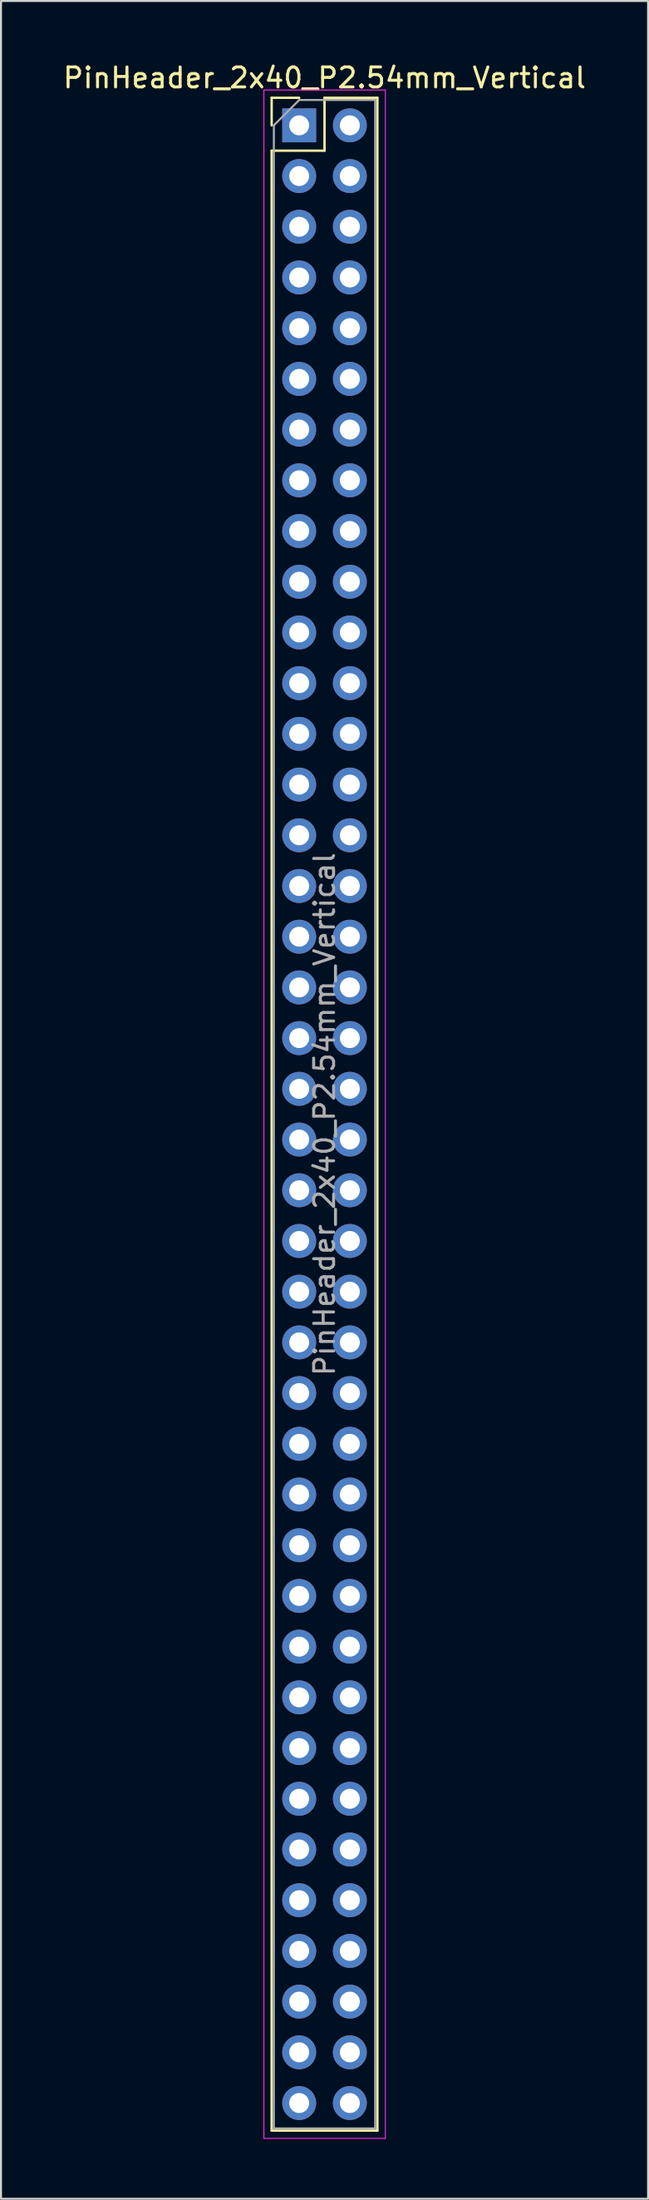
<source format=kicad_pcb>
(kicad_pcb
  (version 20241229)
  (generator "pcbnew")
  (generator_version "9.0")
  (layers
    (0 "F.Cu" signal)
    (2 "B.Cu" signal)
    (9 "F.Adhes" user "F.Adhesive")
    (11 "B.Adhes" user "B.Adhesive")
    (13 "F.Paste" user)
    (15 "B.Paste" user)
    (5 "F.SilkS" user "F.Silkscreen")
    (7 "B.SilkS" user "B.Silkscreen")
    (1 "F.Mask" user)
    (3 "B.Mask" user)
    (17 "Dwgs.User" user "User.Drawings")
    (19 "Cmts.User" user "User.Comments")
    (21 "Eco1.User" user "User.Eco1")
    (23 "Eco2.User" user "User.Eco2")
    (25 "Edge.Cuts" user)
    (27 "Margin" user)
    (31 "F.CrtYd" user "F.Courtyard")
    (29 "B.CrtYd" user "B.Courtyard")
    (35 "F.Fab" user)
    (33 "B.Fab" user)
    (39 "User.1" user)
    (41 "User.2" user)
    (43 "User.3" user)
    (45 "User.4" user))
  (footprint "PinHeader_2x40_P2.54mm_Vertical"
    (layer "F.Cu")
    (at 11.95 3.228)
    (property "Reference" "PinHeader_2x40_P2.54mm_Vertical" (at 1.27 -2.38 0) (layer "F.SilkS") (effects (font (size 1 1) (thickness 0.15))))
    (attr through_hole)
    (fp_line (start -1.38 -1.38) (end 0 -1.38) (stroke (width 0.12) (type solid)) (layer "F.SilkS"))
    (fp_line (start -1.38 0) (end -1.38 -1.38) (stroke (width 0.12) (type solid)) (layer "F.SilkS"))
    (fp_line (start -1.38 1.27) (end -1.38 100.44) (stroke (width 0.12) (type solid)) (layer "F.SilkS"))
    (fp_line (start -1.38 1.27) (end 1.27 1.27) (stroke (width 0.12) (type solid)) (layer "F.SilkS"))
    (fp_line (start -1.38 100.44) (end 3.92 100.44) (stroke (width 0.12) (type solid)) (layer "F.SilkS"))
    (fp_line (start 1.27 -1.38) (end 3.92 -1.38) (stroke (width 0.12) (type solid)) (layer "F.SilkS"))
    (fp_line (start 1.27 1.27) (end 1.27 -1.38) (stroke (width 0.12) (type solid)) (layer "F.SilkS"))
    (fp_line (start 3.92 -1.38) (end 3.92 100.44) (stroke (width 0.12) (type solid)) (layer "F.SilkS"))
    (fp_line (start -1.77 -1.77) (end -1.77 100.83) (stroke (width 0.05) (type solid)) (layer "F.CrtYd"))
    (fp_line (start -1.77 100.83) (end 4.32 100.83) (stroke (width 0.05) (type solid)) (layer "F.CrtYd"))
    (fp_line (start 4.32 -1.77) (end -1.77 -1.77) (stroke (width 0.05) (type solid)) (layer "F.CrtYd"))
    (fp_line (start 4.32 100.83) (end 4.32 -1.77) (stroke (width 0.05) (type solid)) (layer "F.CrtYd"))
    (fp_line (start -1.27 0) (end 0 -1.27) (stroke (width 0.1) (type solid)) (layer "F.Fab"))
    (fp_line (start -1.27 100.33) (end -1.27 0) (stroke (width 0.1) (type solid)) (layer "F.Fab"))
    (fp_line (start 0 -1.27) (end 3.81 -1.27) (stroke (width 0.1) (type solid)) (layer "F.Fab"))
    (fp_line (start 3.81 -1.27) (end 3.81 100.33) (stroke (width 0.1) (type solid)) (layer "F.Fab"))
    (fp_line (start 3.81 100.33) (end -1.27 100.33) (stroke (width 0.1) (type solid)) (layer "F.Fab"))
    (fp_text user "${REFERENCE}" (at 1.27 49.53 90) (layer "F.Fab") (effects (font (size 1 1) (thickness 0.15))))
    (pad "1" thru_hole rect (at 0 0) (size 1.7 1.7) (drill 1) (layers "*.Cu" "*.Mask"))
    (pad "2" thru_hole circle (at 2.54 0) (size 1.7 1.7) (drill 1) (layers "*.Cu" "*.Mask"))
    (pad "3" thru_hole circle (at 0 2.54) (size 1.7 1.7) (drill 1) (layers "*.Cu" "*.Mask"))
    (pad "4" thru_hole circle (at 2.54 2.54) (size 1.7 1.7) (drill 1) (layers "*.Cu" "*.Mask"))
    (pad "5" thru_hole circle (at 0 5.08) (size 1.7 1.7) (drill 1) (layers "*.Cu" "*.Mask"))
    (pad "6" thru_hole circle (at 2.54 5.08) (size 1.7 1.7) (drill 1) (layers "*.Cu" "*.Mask"))
    (pad "7" thru_hole circle (at 0 7.62) (size 1.7 1.7) (drill 1) (layers "*.Cu" "*.Mask"))
    (pad "8" thru_hole circle (at 2.54 7.62) (size 1.7 1.7) (drill 1) (layers "*.Cu" "*.Mask"))
    (pad "9" thru_hole circle (at 0 10.16) (size 1.7 1.7) (drill 1) (layers "*.Cu" "*.Mask"))
    (pad "10" thru_hole circle (at 2.54 10.16) (size 1.7 1.7) (drill 1) (layers "*.Cu" "*.Mask"))
    (pad "11" thru_hole circle (at 0 12.7) (size 1.7 1.7) (drill 1) (layers "*.Cu" "*.Mask"))
    (pad "12" thru_hole circle (at 2.54 12.7) (size 1.7 1.7) (drill 1) (layers "*.Cu" "*.Mask"))
    (pad "13" thru_hole circle (at 0 15.24) (size 1.7 1.7) (drill 1) (layers "*.Cu" "*.Mask"))
    (pad "14" thru_hole circle (at 2.54 15.24) (size 1.7 1.7) (drill 1) (layers "*.Cu" "*.Mask"))
    (pad "15" thru_hole circle (at 0 17.78) (size 1.7 1.7) (drill 1) (layers "*.Cu" "*.Mask"))
    (pad "16" thru_hole circle (at 2.54 17.78) (size 1.7 1.7) (drill 1) (layers "*.Cu" "*.Mask"))
    (pad "17" thru_hole circle (at 0 20.32) (size 1.7 1.7) (drill 1) (layers "*.Cu" "*.Mask"))
    (pad "18" thru_hole circle (at 2.54 20.32) (size 1.7 1.7) (drill 1) (layers "*.Cu" "*.Mask"))
    (pad "19" thru_hole circle (at 0 22.86) (size 1.7 1.7) (drill 1) (layers "*.Cu" "*.Mask"))
    (pad "20" thru_hole circle (at 2.54 22.86) (size 1.7 1.7) (drill 1) (layers "*.Cu" "*.Mask"))
    (pad "21" thru_hole circle (at 0 25.4) (size 1.7 1.7) (drill 1) (layers "*.Cu" "*.Mask"))
    (pad "22" thru_hole circle (at 2.54 25.4) (size 1.7 1.7) (drill 1) (layers "*.Cu" "*.Mask"))
    (pad "23" thru_hole circle (at 0 27.94) (size 1.7 1.7) (drill 1) (layers "*.Cu" "*.Mask"))
    (pad "24" thru_hole circle (at 2.54 27.94) (size 1.7 1.7) (drill 1) (layers "*.Cu" "*.Mask"))
    (pad "25" thru_hole circle (at 0 30.48) (size 1.7 1.7) (drill 1) (layers "*.Cu" "*.Mask"))
    (pad "26" thru_hole circle (at 2.54 30.48) (size 1.7 1.7) (drill 1) (layers "*.Cu" "*.Mask"))
    (pad "27" thru_hole circle (at 0 33.02) (size 1.7 1.7) (drill 1) (layers "*.Cu" "*.Mask"))
    (pad "28" thru_hole circle (at 2.54 33.02) (size 1.7 1.7) (drill 1) (layers "*.Cu" "*.Mask"))
    (pad "29" thru_hole circle (at 0 35.56) (size 1.7 1.7) (drill 1) (layers "*.Cu" "*.Mask"))
    (pad "30" thru_hole circle (at 2.54 35.56) (size 1.7 1.7) (drill 1) (layers "*.Cu" "*.Mask"))
    (pad "31" thru_hole circle (at 0 38.1) (size 1.7 1.7) (drill 1) (layers "*.Cu" "*.Mask"))
    (pad "32" thru_hole circle (at 2.54 38.1) (size 1.7 1.7) (drill 1) (layers "*.Cu" "*.Mask"))
    (pad "33" thru_hole circle (at 0 40.64) (size 1.7 1.7) (drill 1) (layers "*.Cu" "*.Mask"))
    (pad "34" thru_hole circle (at 2.54 40.64) (size 1.7 1.7) (drill 1) (layers "*.Cu" "*.Mask"))
    (pad "35" thru_hole circle (at 0 43.18) (size 1.7 1.7) (drill 1) (layers "*.Cu" "*.Mask"))
    (pad "36" thru_hole circle (at 2.54 43.18) (size 1.7 1.7) (drill 1) (layers "*.Cu" "*.Mask"))
    (pad "37" thru_hole circle (at 0 45.72) (size 1.7 1.7) (drill 1) (layers "*.Cu" "*.Mask"))
    (pad "38" thru_hole circle (at 2.54 45.72) (size 1.7 1.7) (drill 1) (layers "*.Cu" "*.Mask"))
    (pad "39" thru_hole circle (at 0 48.26) (size 1.7 1.7) (drill 1) (layers "*.Cu" "*.Mask"))
    (pad "40" thru_hole circle (at 2.54 48.26) (size 1.7 1.7) (drill 1) (layers "*.Cu" "*.Mask"))
    (pad "41" thru_hole circle (at 0 50.8) (size 1.7 1.7) (drill 1) (layers "*.Cu" "*.Mask"))
    (pad "42" thru_hole circle (at 2.54 50.8) (size 1.7 1.7) (drill 1) (layers "*.Cu" "*.Mask"))
    (pad "43" thru_hole circle (at 0 53.34) (size 1.7 1.7) (drill 1) (layers "*.Cu" "*.Mask"))
    (pad "44" thru_hole circle (at 2.54 53.34) (size 1.7 1.7) (drill 1) (layers "*.Cu" "*.Mask"))
    (pad "45" thru_hole circle (at 0 55.88) (size 1.7 1.7) (drill 1) (layers "*.Cu" "*.Mask"))
    (pad "46" thru_hole circle (at 2.54 55.88) (size 1.7 1.7) (drill 1) (layers "*.Cu" "*.Mask"))
    (pad "47" thru_hole circle (at 0 58.42) (size 1.7 1.7) (drill 1) (layers "*.Cu" "*.Mask"))
    (pad "48" thru_hole circle (at 2.54 58.42) (size 1.7 1.7) (drill 1) (layers "*.Cu" "*.Mask"))
    (pad "49" thru_hole circle (at 0 60.96) (size 1.7 1.7) (drill 1) (layers "*.Cu" "*.Mask"))
    (pad "50" thru_hole circle (at 2.54 60.96) (size 1.7 1.7) (drill 1) (layers "*.Cu" "*.Mask"))
    (pad "51" thru_hole circle (at 0 63.5) (size 1.7 1.7) (drill 1) (layers "*.Cu" "*.Mask"))
    (pad "52" thru_hole circle (at 2.54 63.5) (size 1.7 1.7) (drill 1) (layers "*.Cu" "*.Mask"))
    (pad "53" thru_hole circle (at 0 66.04) (size 1.7 1.7) (drill 1) (layers "*.Cu" "*.Mask"))
    (pad "54" thru_hole circle (at 2.54 66.04) (size 1.7 1.7) (drill 1) (layers "*.Cu" "*.Mask"))
    (pad "55" thru_hole circle (at 0 68.58) (size 1.7 1.7) (drill 1) (layers "*.Cu" "*.Mask"))
    (pad "56" thru_hole circle (at 2.54 68.58) (size 1.7 1.7) (drill 1) (layers "*.Cu" "*.Mask"))
    (pad "57" thru_hole circle (at 0 71.12) (size 1.7 1.7) (drill 1) (layers "*.Cu" "*.Mask"))
    (pad "58" thru_hole circle (at 2.54 71.12) (size 1.7 1.7) (drill 1) (layers "*.Cu" "*.Mask"))
    (pad "59" thru_hole circle (at 0 73.66) (size 1.7 1.7) (drill 1) (layers "*.Cu" "*.Mask"))
    (pad "60" thru_hole circle (at 2.54 73.66) (size 1.7 1.7) (drill 1) (layers "*.Cu" "*.Mask"))
    (pad "61" thru_hole circle (at 0 76.2) (size 1.7 1.7) (drill 1) (layers "*.Cu" "*.Mask"))
    (pad "62" thru_hole circle (at 2.54 76.2) (size 1.7 1.7) (drill 1) (layers "*.Cu" "*.Mask"))
    (pad "63" thru_hole circle (at 0 78.74) (size 1.7 1.7) (drill 1) (layers "*.Cu" "*.Mask"))
    (pad "64" thru_hole circle (at 2.54 78.74) (size 1.7 1.7) (drill 1) (layers "*.Cu" "*.Mask"))
    (pad "65" thru_hole circle (at 0 81.28) (size 1.7 1.7) (drill 1) (layers "*.Cu" "*.Mask"))
    (pad "66" thru_hole circle (at 2.54 81.28) (size 1.7 1.7) (drill 1) (layers "*.Cu" "*.Mask"))
    (pad "67" thru_hole circle (at 0 83.82) (size 1.7 1.7) (drill 1) (layers "*.Cu" "*.Mask"))
    (pad "68" thru_hole circle (at 2.54 83.82) (size 1.7 1.7) (drill 1) (layers "*.Cu" "*.Mask"))
    (pad "69" thru_hole circle (at 0 86.36) (size 1.7 1.7) (drill 1) (layers "*.Cu" "*.Mask"))
    (pad "70" thru_hole circle (at 2.54 86.36) (size 1.7 1.7) (drill 1) (layers "*.Cu" "*.Mask"))
    (pad "71" thru_hole circle (at 0 88.9) (size 1.7 1.7) (drill 1) (layers "*.Cu" "*.Mask"))
    (pad "72" thru_hole circle (at 2.54 88.9) (size 1.7 1.7) (drill 1) (layers "*.Cu" "*.Mask"))
    (pad "73" thru_hole circle (at 0 91.44) (size 1.7 1.7) (drill 1) (layers "*.Cu" "*.Mask"))
    (pad "74" thru_hole circle (at 2.54 91.44) (size 1.7 1.7) (drill 1) (layers "*.Cu" "*.Mask"))
    (pad "75" thru_hole circle (at 0 93.98) (size 1.7 1.7) (drill 1) (layers "*.Cu" "*.Mask"))
    (pad "76" thru_hole circle (at 2.54 93.98) (size 1.7 1.7) (drill 1) (layers "*.Cu" "*.Mask"))
    (pad "77" thru_hole circle (at 0 96.52) (size 1.7 1.7) (drill 1) (layers "*.Cu" "*.Mask"))
    (pad "78" thru_hole circle (at 2.54 96.52) (size 1.7 1.7) (drill 1) (layers "*.Cu" "*.Mask"))
    (pad "79" thru_hole circle (at 0 99.06) (size 1.7 1.7) (drill 1) (layers "*.Cu" "*.Mask"))
    (pad "80" thru_hole circle (at 2.54 99.06) (size 1.7 1.7) (drill 1) (layers "*.Cu" "*.Mask")))
  (gr_rect
    (start -3 -3)
    (end 29.44 107.083)
    (stroke (width 0.1) (type default))
    (fill no)
    (layer "Edge.Cuts")))
</source>
